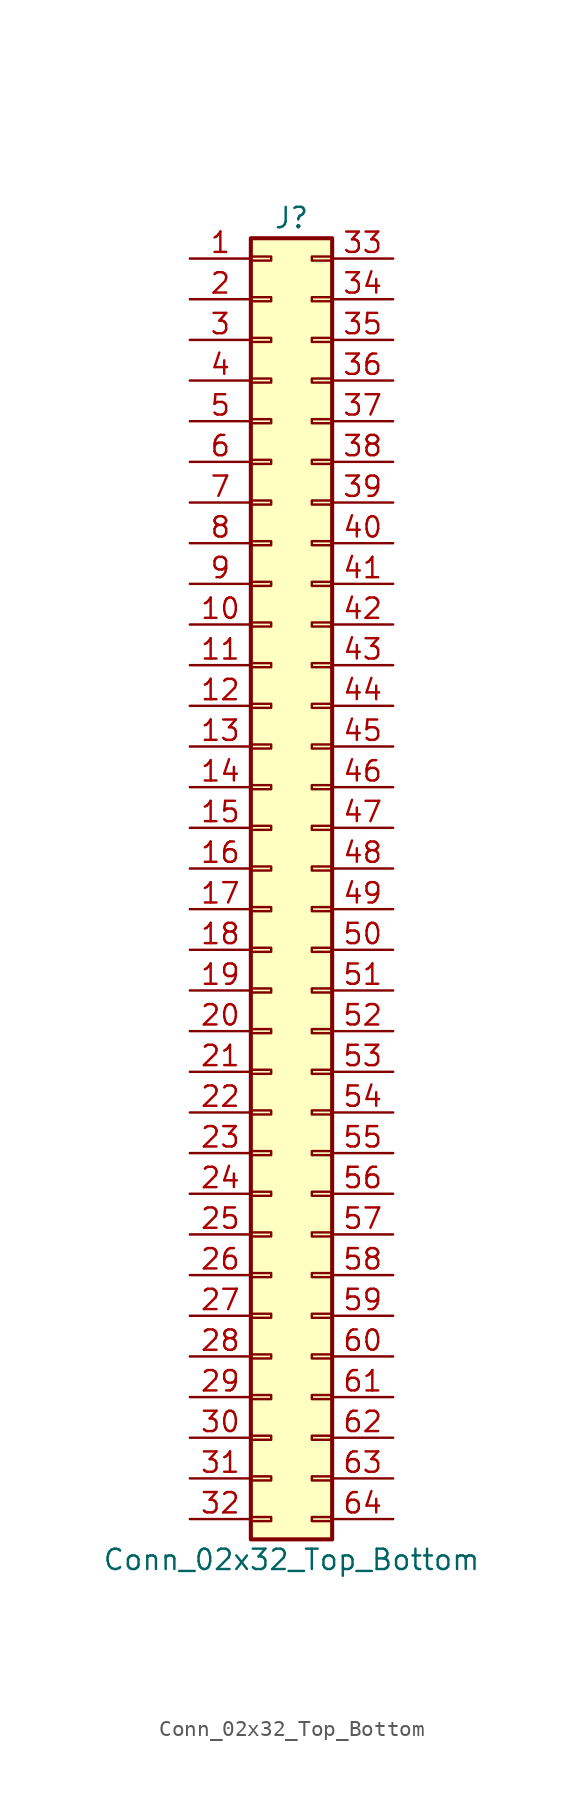
<source format=kicad_sym>
(kicad_symbol_lib
  (version 20211014)
  (generator kicad_symbol_editor)
  (symbol "Conn_02x32_Top_Bottom"
    (pin_names
      (offset 1.016) hide)
    (property "Reference" "J"
      (at 1.27 40.64 0)
      (effects (font (size 1.27 1.27))))
    (property "Value" "Conn_02x32_Top_Bottom"
      (at 1.27 -43.18 0)
      (effects (font (size 1.27 1.27))))
    (symbol "Conn_02x32_Top_Bottom_1_1"
      (rectangle (start -1.27 -40.513) (end 0 -40.767) (stroke (width 0.152) (type default) (color 0 0 0 0)) (fill (type none)))
      (rectangle (start -1.27 -37.973) (end 0 -38.227) (stroke (width 0.152) (type default) (color 0 0 0 0)) (fill (type none)))
      (rectangle (start -1.27 -35.433) (end 0 -35.687) (stroke (width 0.152) (type default) (color 0 0 0 0)) (fill (type none)))
      (rectangle (start -1.27 -32.893) (end 0 -33.147) (stroke (width 0.152) (type default) (color 0 0 0 0)) (fill (type none)))
      (rectangle (start -1.27 -30.353) (end 0 -30.607) (stroke (width 0.152) (type default) (color 0 0 0 0)) (fill (type none)))
      (rectangle (start -1.27 -27.813) (end 0 -28.067) (stroke (width 0.152) (type default) (color 0 0 0 0)) (fill (type none)))
      (rectangle (start -1.27 -25.273) (end 0 -25.527) (stroke (width 0.152) (type default) (color 0 0 0 0)) (fill (type none)))
      (rectangle (start -1.27 -22.733) (end 0 -22.987) (stroke (width 0.152) (type default) (color 0 0 0 0)) (fill (type none)))
      (rectangle (start -1.27 -20.193) (end 0 -20.447) (stroke (width 0.152) (type default) (color 0 0 0 0)) (fill (type none)))
      (rectangle (start -1.27 -17.653) (end 0 -17.907) (stroke (width 0.152) (type default) (color 0 0 0 0)) (fill (type none)))
      (rectangle (start -1.27 -15.113) (end 0 -15.367) (stroke (width 0.152) (type default) (color 0 0 0 0)) (fill (type none)))
      (rectangle (start -1.27 -12.573) (end 0 -12.827) (stroke (width 0.152) (type default) (color 0 0 0 0)) (fill (type none)))
      (rectangle (start -1.27 -10.033) (end 0 -10.287) (stroke (width 0.152) (type default) (color 0 0 0 0)) (fill (type none)))
      (rectangle (start -1.27 -7.493) (end 0 -7.747) (stroke (width 0.152) (type default) (color 0 0 0 0)) (fill (type none)))
      (rectangle (start -1.27 -4.953) (end 0 -5.207) (stroke (width 0.152) (type default) (color 0 0 0 0)) (fill (type none)))
      (rectangle (start -1.27 -2.413) (end 0 -2.667) (stroke (width 0.152) (type default) (color 0 0 0 0)) (fill (type none)))
      (rectangle (start -1.27 0.127) (end 0 -0.127) (stroke (width 0.152) (type default) (color 0 0 0 0)) (fill (type none)))
      (rectangle (start -1.27 2.667) (end 0 2.413) (stroke (width 0.152) (type default) (color 0 0 0 0)) (fill (type none)))
      (rectangle (start -1.27 5.207) (end 0 4.953) (stroke (width 0.152) (type default) (color 0 0 0 0)) (fill (type none)))
      (rectangle (start -1.27 7.747) (end 0 7.493) (stroke (width 0.152) (type default) (color 0 0 0 0)) (fill (type none)))
      (rectangle (start -1.27 10.287) (end 0 10.033) (stroke (width 0.152) (type default) (color 0 0 0 0)) (fill (type none)))
      (rectangle (start -1.27 12.827) (end 0 12.573) (stroke (width 0.152) (type default) (color 0 0 0 0)) (fill (type none)))
      (rectangle (start -1.27 15.367) (end 0 15.113) (stroke (width 0.152) (type default) (color 0 0 0 0)) (fill (type none)))
      (rectangle (start -1.27 17.907) (end 0 17.653) (stroke (width 0.152) (type default) (color 0 0 0 0)) (fill (type none)))
      (rectangle (start -1.27 20.447) (end 0 20.193) (stroke (width 0.152) (type default) (color 0 0 0 0)) (fill (type none)))
      (rectangle (start -1.27 22.987) (end 0 22.733) (stroke (width 0.152) (type default) (color 0 0 0 0)) (fill (type none)))
      (rectangle (start -1.27 25.527) (end 0 25.273) (stroke (width 0.152) (type default) (color 0 0 0 0)) (fill (type none)))
      (rectangle (start -1.27 28.067) (end 0 27.813) (stroke (width 0.152) (type default) (color 0 0 0 0)) (fill (type none)))
      (rectangle (start -1.27 30.607) (end 0 30.353) (stroke (width 0.152) (type default) (color 0 0 0 0)) (fill (type none)))
      (rectangle (start -1.27 33.147) (end 0 32.893) (stroke (width 0.152) (type default) (color 0 0 0 0)) (fill (type none)))
      (rectangle (start -1.27 35.687) (end 0 35.433) (stroke (width 0.152) (type default) (color 0 0 0 0)) (fill (type none)))
      (rectangle (start -1.27 38.227) (end 0 37.973) (stroke (width 0.152) (type default) (color 0 0 0 0)) (fill (type none)))
      (rectangle (start -1.27 39.37) (end 3.81 -41.91) (stroke (width 0.254) (type default) (color 0 0 0 0)) (fill (type background)))
      (rectangle (start 3.81 -40.513) (end 2.54 -40.767) (stroke (width 0.152) (type default) (color 0 0 0 0)) (fill (type none)))
      (rectangle (start 3.81 -37.973) (end 2.54 -38.227) (stroke (width 0.152) (type default) (color 0 0 0 0)) (fill (type none)))
      (rectangle (start 3.81 -35.433) (end 2.54 -35.687) (stroke (width 0.152) (type default) (color 0 0 0 0)) (fill (type none)))
      (rectangle (start 3.81 -32.893) (end 2.54 -33.147) (stroke (width 0.152) (type default) (color 0 0 0 0)) (fill (type none)))
      (rectangle (start 3.81 -30.353) (end 2.54 -30.607) (stroke (width 0.152) (type default) (color 0 0 0 0)) (fill (type none)))
      (rectangle (start 3.81 -27.813) (end 2.54 -28.067) (stroke (width 0.152) (type default) (color 0 0 0 0)) (fill (type none)))
      (rectangle (start 3.81 -25.273) (end 2.54 -25.527) (stroke (width 0.152) (type default) (color 0 0 0 0)) (fill (type none)))
      (rectangle (start 3.81 -22.733) (end 2.54 -22.987) (stroke (width 0.152) (type default) (color 0 0 0 0)) (fill (type none)))
      (rectangle (start 3.81 -20.193) (end 2.54 -20.447) (stroke (width 0.152) (type default) (color 0 0 0 0)) (fill (type none)))
      (rectangle (start 3.81 -17.653) (end 2.54 -17.907) (stroke (width 0.152) (type default) (color 0 0 0 0)) (fill (type none)))
      (rectangle (start 3.81 -15.113) (end 2.54 -15.367) (stroke (width 0.152) (type default) (color 0 0 0 0)) (fill (type none)))
      (rectangle (start 3.81 -12.573) (end 2.54 -12.827) (stroke (width 0.152) (type default) (color 0 0 0 0)) (fill (type none)))
      (rectangle (start 3.81 -10.033) (end 2.54 -10.287) (stroke (width 0.152) (type default) (color 0 0 0 0)) (fill (type none)))
      (rectangle (start 3.81 -7.493) (end 2.54 -7.747) (stroke (width 0.152) (type default) (color 0 0 0 0)) (fill (type none)))
      (rectangle (start 3.81 -4.953) (end 2.54 -5.207) (stroke (width 0.152) (type default) (color 0 0 0 0)) (fill (type none)))
      (rectangle (start 3.81 -2.413) (end 2.54 -2.667) (stroke (width 0.152) (type default) (color 0 0 0 0)) (fill (type none)))
      (rectangle (start 3.81 0.127) (end 2.54 -0.127) (stroke (width 0.152) (type default) (color 0 0 0 0)) (fill (type none)))
      (rectangle (start 3.81 2.667) (end 2.54 2.413) (stroke (width 0.152) (type default) (color 0 0 0 0)) (fill (type none)))
      (rectangle (start 3.81 5.207) (end 2.54 4.953) (stroke (width 0.152) (type default) (color 0 0 0 0)) (fill (type none)))
      (rectangle (start 3.81 7.747) (end 2.54 7.493) (stroke (width 0.152) (type default) (color 0 0 0 0)) (fill (type none)))
      (rectangle (start 3.81 10.287) (end 2.54 10.033) (stroke (width 0.152) (type default) (color 0 0 0 0)) (fill (type none)))
      (rectangle (start 3.81 12.827) (end 2.54 12.573) (stroke (width 0.152) (type default) (color 0 0 0 0)) (fill (type none)))
      (rectangle (start 3.81 15.367) (end 2.54 15.113) (stroke (width 0.152) (type default) (color 0 0 0 0)) (fill (type none)))
      (rectangle (start 3.81 17.907) (end 2.54 17.653) (stroke (width 0.152) (type default) (color 0 0 0 0)) (fill (type none)))
      (rectangle (start 3.81 20.447) (end 2.54 20.193) (stroke (width 0.152) (type default) (color 0 0 0 0)) (fill (type none)))
      (rectangle (start 3.81 22.987) (end 2.54 22.733) (stroke (width 0.152) (type default) (color 0 0 0 0)) (fill (type none)))
      (rectangle (start 3.81 25.527) (end 2.54 25.273) (stroke (width 0.152) (type default) (color 0 0 0 0)) (fill (type none)))
      (rectangle (start 3.81 28.067) (end 2.54 27.813) (stroke (width 0.152) (type default) (color 0 0 0 0)) (fill (type none)))
      (rectangle (start 3.81 30.607) (end 2.54 30.353) (stroke (width 0.152) (type default) (color 0 0 0 0)) (fill (type none)))
      (rectangle (start 3.81 33.147) (end 2.54 32.893) (stroke (width 0.152) (type default) (color 0 0 0 0)) (fill (type none)))
      (rectangle (start 3.81 35.687) (end 2.54 35.433) (stroke (width 0.152) (type default) (color 0 0 0 0)) (fill (type none)))
      (rectangle (start 3.81 38.227) (end 2.54 37.973) (stroke (width 0.152) (type default) (color 0 0 0 0)) (fill (type none)))
      (pin passive line (at -5.08 38.1 0) (length 3.81) (name "Pin_1" (effects (font (size 1.27 1.27)))) (number "1" (effects (font (size 1.27 1.27)))))
      (pin passive line (at -5.08 15.24 0) (length 3.81) (name "Pin_10" (effects (font (size 1.27 1.27)))) (number "10" (effects (font (size 1.27 1.27)))))
      (pin passive line (at -5.08 12.7 0) (length 3.81) (name "Pin_11" (effects (font (size 1.27 1.27)))) (number "11" (effects (font (size 1.27 1.27)))))
      (pin passive line (at -5.08 10.16 0) (length 3.81) (name "Pin_12" (effects (font (size 1.27 1.27)))) (number "12" (effects (font (size 1.27 1.27)))))
      (pin passive line (at -5.08 7.62 0) (length 3.81) (name "Pin_13" (effects (font (size 1.27 1.27)))) (number "13" (effects (font (size 1.27 1.27)))))
      (pin passive line (at -5.08 5.08 0) (length 3.81) (name "Pin_14" (effects (font (size 1.27 1.27)))) (number "14" (effects (font (size 1.27 1.27)))))
      (pin passive line (at -5.08 2.54 0) (length 3.81) (name "Pin_15" (effects (font (size 1.27 1.27)))) (number "15" (effects (font (size 1.27 1.27)))))
      (pin passive line (at -5.08 0 0) (length 3.81) (name "Pin_16" (effects (font (size 1.27 1.27)))) (number "16" (effects (font (size 1.27 1.27)))))
      (pin passive line (at -5.08 -2.54 0) (length 3.81) (name "Pin_17" (effects (font (size 1.27 1.27)))) (number "17" (effects (font (size 1.27 1.27)))))
      (pin passive line (at -5.08 -5.08 0) (length 3.81) (name "Pin_18" (effects (font (size 1.27 1.27)))) (number "18" (effects (font (size 1.27 1.27)))))
      (pin passive line (at -5.08 -7.62 0) (length 3.81) (name "Pin_19" (effects (font (size 1.27 1.27)))) (number "19" (effects (font (size 1.27 1.27)))))
      (pin passive line (at -5.08 35.56 0) (length 3.81) (name "Pin_2" (effects (font (size 1.27 1.27)))) (number "2" (effects (font (size 1.27 1.27)))))
      (pin passive line (at -5.08 -10.16 0) (length 3.81) (name "Pin_20" (effects (font (size 1.27 1.27)))) (number "20" (effects (font (size 1.27 1.27)))))
      (pin passive line (at -5.08 -12.7 0) (length 3.81) (name "Pin_21" (effects (font (size 1.27 1.27)))) (number "21" (effects (font (size 1.27 1.27)))))
      (pin passive line (at -5.08 -15.24 0) (length 3.81) (name "Pin_22" (effects (font (size 1.27 1.27)))) (number "22" (effects (font (size 1.27 1.27)))))
      (pin passive line (at -5.08 -17.78 0) (length 3.81) (name "Pin_23" (effects (font (size 1.27 1.27)))) (number "23" (effects (font (size 1.27 1.27)))))
      (pin passive line (at -5.08 -20.32 0) (length 3.81) (name "Pin_24" (effects (font (size 1.27 1.27)))) (number "24" (effects (font (size 1.27 1.27)))))
      (pin passive line (at -5.08 -22.86 0) (length 3.81) (name "Pin_25" (effects (font (size 1.27 1.27)))) (number "25" (effects (font (size 1.27 1.27)))))
      (pin passive line (at -5.08 -25.4 0) (length 3.81) (name "Pin_26" (effects (font (size 1.27 1.27)))) (number "26" (effects (font (size 1.27 1.27)))))
      (pin passive line (at -5.08 -27.94 0) (length 3.81) (name "Pin_27" (effects (font (size 1.27 1.27)))) (number "27" (effects (font (size 1.27 1.27)))))
      (pin passive line (at -5.08 -30.48 0) (length 3.81) (name "Pin_28" (effects (font (size 1.27 1.27)))) (number "28" (effects (font (size 1.27 1.27)))))
      (pin passive line (at -5.08 -33.02 0) (length 3.81) (name "Pin_29" (effects (font (size 1.27 1.27)))) (number "29" (effects (font (size 1.27 1.27)))))
      (pin passive line (at -5.08 33.02 0) (length 3.81) (name "Pin_3" (effects (font (size 1.27 1.27)))) (number "3" (effects (font (size 1.27 1.27)))))
      (pin passive line (at -5.08 -35.56 0) (length 3.81) (name "Pin_30" (effects (font (size 1.27 1.27)))) (number "30" (effects (font (size 1.27 1.27)))))
      (pin passive line (at -5.08 -38.1 0) (length 3.81) (name "Pin_31" (effects (font (size 1.27 1.27)))) (number "31" (effects (font (size 1.27 1.27)))))
      (pin passive line (at -5.08 -40.64 0) (length 3.81) (name "Pin_32" (effects (font (size 1.27 1.27)))) (number "32" (effects (font (size 1.27 1.27)))))
      (pin passive line (at 7.62 38.1 180) (length 3.81) (name "Pin_33" (effects (font (size 1.27 1.27)))) (number "33" (effects (font (size 1.27 1.27)))))
      (pin passive line (at 7.62 35.56 180) (length 3.81) (name "Pin_34" (effects (font (size 1.27 1.27)))) (number "34" (effects (font (size 1.27 1.27)))))
      (pin passive line (at 7.62 33.02 180) (length 3.81) (name "Pin_35" (effects (font (size 1.27 1.27)))) (number "35" (effects (font (size 1.27 1.27)))))
      (pin passive line (at 7.62 30.48 180) (length 3.81) (name "Pin_36" (effects (font (size 1.27 1.27)))) (number "36" (effects (font (size 1.27 1.27)))))
      (pin passive line (at 7.62 27.94 180) (length 3.81) (name "Pin_37" (effects (font (size 1.27 1.27)))) (number "37" (effects (font (size 1.27 1.27)))))
      (pin passive line (at 7.62 25.4 180) (length 3.81) (name "Pin_38" (effects (font (size 1.27 1.27)))) (number "38" (effects (font (size 1.27 1.27)))))
      (pin passive line (at 7.62 22.86 180) (length 3.81) (name "Pin_39" (effects (font (size 1.27 1.27)))) (number "39" (effects (font (size 1.27 1.27)))))
      (pin passive line (at -5.08 30.48 0) (length 3.81) (name "Pin_4" (effects (font (size 1.27 1.27)))) (number "4" (effects (font (size 1.27 1.27)))))
      (pin passive line (at 7.62 20.32 180) (length 3.81) (name "Pin_40" (effects (font (size 1.27 1.27)))) (number "40" (effects (font (size 1.27 1.27)))))
      (pin passive line (at 7.62 17.78 180) (length 3.81) (name "Pin_41" (effects (font (size 1.27 1.27)))) (number "41" (effects (font (size 1.27 1.27)))))
      (pin passive line (at 7.62 15.24 180) (length 3.81) (name "Pin_42" (effects (font (size 1.27 1.27)))) (number "42" (effects (font (size 1.27 1.27)))))
      (pin passive line (at 7.62 12.7 180) (length 3.81) (name "Pin_43" (effects (font (size 1.27 1.27)))) (number "43" (effects (font (size 1.27 1.27)))))
      (pin passive line (at 7.62 10.16 180) (length 3.81) (name "Pin_44" (effects (font (size 1.27 1.27)))) (number "44" (effects (font (size 1.27 1.27)))))
      (pin passive line (at 7.62 7.62 180) (length 3.81) (name "Pin_45" (effects (font (size 1.27 1.27)))) (number "45" (effects (font (size 1.27 1.27)))))
      (pin passive line (at 7.62 5.08 180) (length 3.81) (name "Pin_46" (effects (font (size 1.27 1.27)))) (number "46" (effects (font (size 1.27 1.27)))))
      (pin passive line (at 7.62 2.54 180) (length 3.81) (name "Pin_47" (effects (font (size 1.27 1.27)))) (number "47" (effects (font (size 1.27 1.27)))))
      (pin passive line (at 7.62 0 180) (length 3.81) (name "Pin_48" (effects (font (size 1.27 1.27)))) (number "48" (effects (font (size 1.27 1.27)))))
      (pin passive line (at 7.62 -2.54 180) (length 3.81) (name "Pin_49" (effects (font (size 1.27 1.27)))) (number "49" (effects (font (size 1.27 1.27)))))
      (pin passive line (at -5.08 27.94 0) (length 3.81) (name "Pin_5" (effects (font (size 1.27 1.27)))) (number "5" (effects (font (size 1.27 1.27)))))
      (pin passive line (at 7.62 -5.08 180) (length 3.81) (name "Pin_50" (effects (font (size 1.27 1.27)))) (number "50" (effects (font (size 1.27 1.27)))))
      (pin passive line (at 7.62 -7.62 180) (length 3.81) (name "Pin_51" (effects (font (size 1.27 1.27)))) (number "51" (effects (font (size 1.27 1.27)))))
      (pin passive line (at 7.62 -10.16 180) (length 3.81) (name "Pin_52" (effects (font (size 1.27 1.27)))) (number "52" (effects (font (size 1.27 1.27)))))
      (pin passive line (at 7.62 -12.7 180) (length 3.81) (name "Pin_53" (effects (font (size 1.27 1.27)))) (number "53" (effects (font (size 1.27 1.27)))))
      (pin passive line (at 7.62 -15.24 180) (length 3.81) (name "Pin_54" (effects (font (size 1.27 1.27)))) (number "54" (effects (font (size 1.27 1.27)))))
      (pin passive line (at 7.62 -17.78 180) (length 3.81) (name "Pin_55" (effects (font (size 1.27 1.27)))) (number "55" (effects (font (size 1.27 1.27)))))
      (pin passive line (at 7.62 -20.32 180) (length 3.81) (name "Pin_56" (effects (font (size 1.27 1.27)))) (number "56" (effects (font (size 1.27 1.27)))))
      (pin passive line (at 7.62 -22.86 180) (length 3.81) (name "Pin_57" (effects (font (size 1.27 1.27)))) (number "57" (effects (font (size 1.27 1.27)))))
      (pin passive line (at 7.62 -25.4 180) (length 3.81) (name "Pin_58" (effects (font (size 1.27 1.27)))) (number "58" (effects (font (size 1.27 1.27)))))
      (pin passive line (at 7.62 -27.94 180) (length 3.81) (name "Pin_59" (effects (font (size 1.27 1.27)))) (number "59" (effects (font (size 1.27 1.27)))))
      (pin passive line (at -5.08 25.4 0) (length 3.81) (name "Pin_6" (effects (font (size 1.27 1.27)))) (number "6" (effects (font (size 1.27 1.27)))))
      (pin passive line (at 7.62 -30.48 180) (length 3.81) (name "Pin_60" (effects (font (size 1.27 1.27)))) (number "60" (effects (font (size 1.27 1.27)))))
      (pin passive line (at 7.62 -33.02 180) (length 3.81) (name "Pin_61" (effects (font (size 1.27 1.27)))) (number "61" (effects (font (size 1.27 1.27)))))
      (pin passive line (at 7.62 -35.56 180) (length 3.81) (name "Pin_62" (effects (font (size 1.27 1.27)))) (number "62" (effects (font (size 1.27 1.27)))))
      (pin passive line (at 7.62 -38.1 180) (length 3.81) (name "Pin_63" (effects (font (size 1.27 1.27)))) (number "63" (effects (font (size 1.27 1.27)))))
      (pin passive line (at 7.62 -40.64 180) (length 3.81) (name "Pin_64" (effects (font (size 1.27 1.27)))) (number "64" (effects (font (size 1.27 1.27)))))
      (pin passive line (at -5.08 22.86 0) (length 3.81) (name "Pin_7" (effects (font (size 1.27 1.27)))) (number "7" (effects (font (size 1.27 1.27)))))
      (pin passive line (at -5.08 20.32 0) (length 3.81) (name "Pin_8" (effects (font (size 1.27 1.27)))) (number "8" (effects (font (size 1.27 1.27)))))
      (pin passive line (at -5.08 17.78 0) (length 3.81) (name "Pin_9" (effects (font (size 1.27 1.27)))) (number "9" (effects (font (size 1.27 1.27))))))))
</source>
